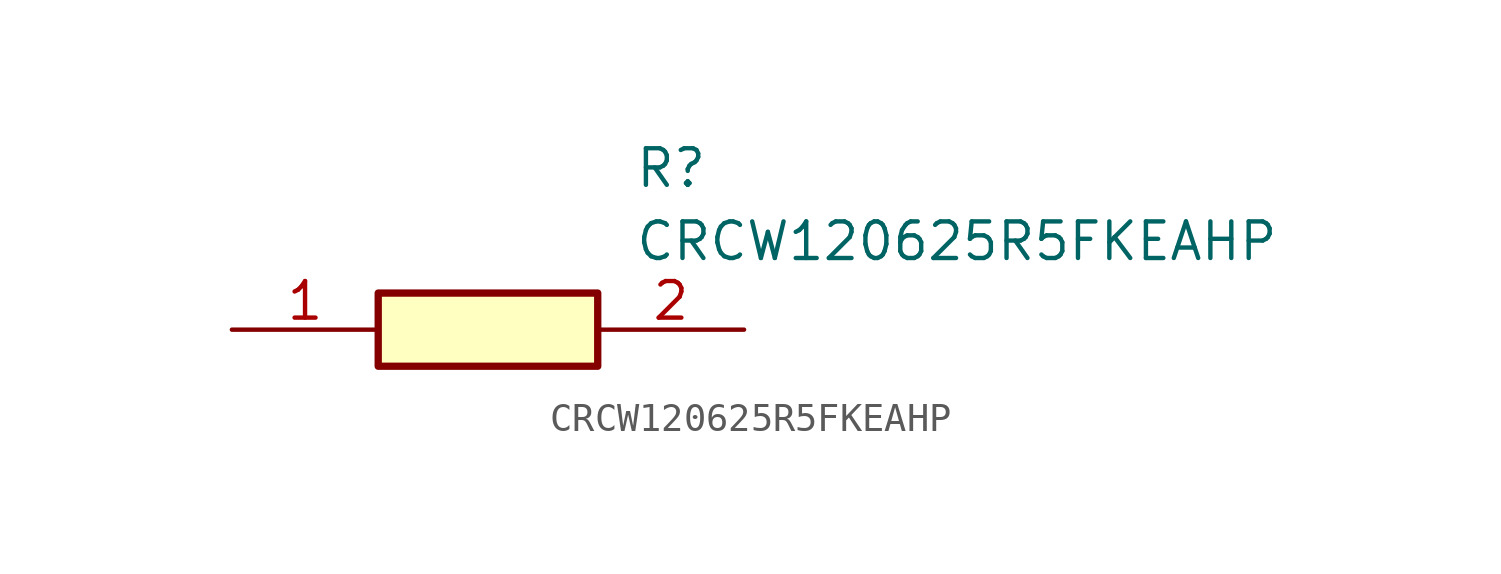
<source format=kicad_sym>
(kicad_symbol_lib
  (version 20211014)
  (generator SamacSys_ECAD_Model)
  (symbol "CRCW120625R5FKEAHP"
    (pin_names hide)
    (property "Reference" "R"
      (at 13.97 6.35 0)
      (effects (font (size 1.27 1.27)) (justify left top)))
    (property "Value" "CRCW120625R5FKEAHP"
      (at 13.97 3.81 0)
      (effects (font (size 1.27 1.27)) (justify left top)))
    (rectangle
      (start 5.08 1.27)
      (end 12.7 -1.27)
      (stroke (width 0.254) (type default))
      (fill (type background)))
    (pin passive line
      (at 0 0 0)
      (length 5.08)
      (name "1" (effects (font (size 1.27 1.27))))
      (number "1" (effects (font (size 1.27 1.27)))))
    (pin passive line
      (at 17.78 0 180)
      (length 5.08)
      (name "2" (effects (font (size 1.27 1.27))))
      (number "2" (effects (font (size 1.27 1.27)))))))
</source>
